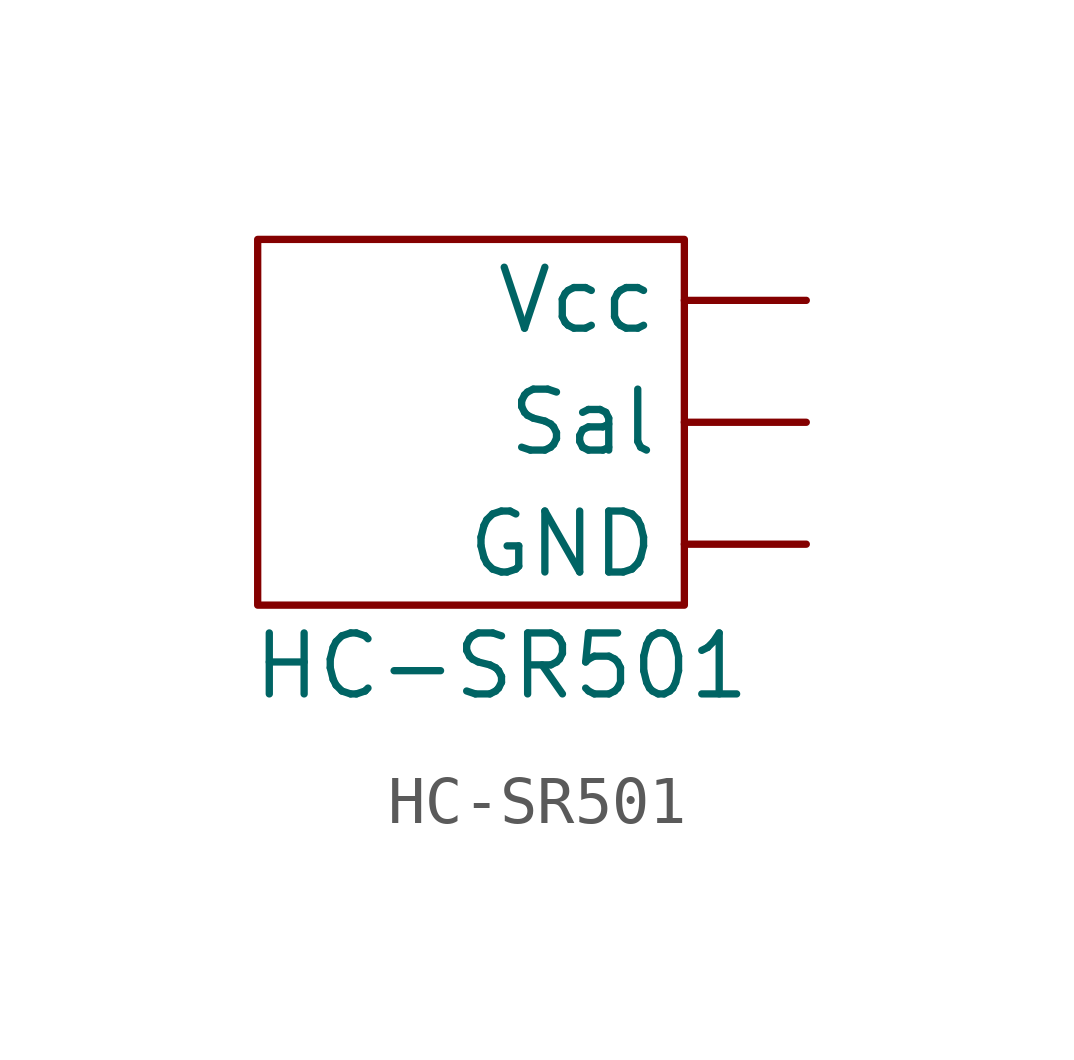
<source format=kicad_sym>
(kicad_symbol_lib
  (version 20211014)
  (generator kicad_symbol_editor)
  (symbol "HC-SR501"
    (pin_numbers hide)
    (property "Reference" "U"
      (at -3.81 6.35 0)
      (effects (font (size 1.27 1.27)) hide))
    (property "Value" "HC-SR501"
      (at 0 -3.81 0)
      (effects (font (size 1.27 1.27))))
    (symbol "HC-SR501_0_1"
      (rectangle (start -5.08 5.08) (end 3.81 -2.54) (stroke (width 0) (type default) (color 0 0 0 0)) (fill (type none))))
    (symbol "HC-SR501_1_1"
      (pin power_in line (at 6.35 3.81 180) (length 2.54) (name "Vcc" (effects (font (size 1.27 1.27)))) (number "1" (effects (font (size 1.27 1.27)))))
      (pin output line (at 6.35 1.27 180) (length 2.54) (name "Sal" (effects (font (size 1.27 1.27)))) (number "2" (effects (font (size 1.27 1.27)))))
      (pin power_in line (at 6.35 -1.27 180) (length 2.54) (name "GND" (effects (font (size 1.27 1.27)))) (number "3" (effects (font (size 1.27 1.27))))))))
</source>
